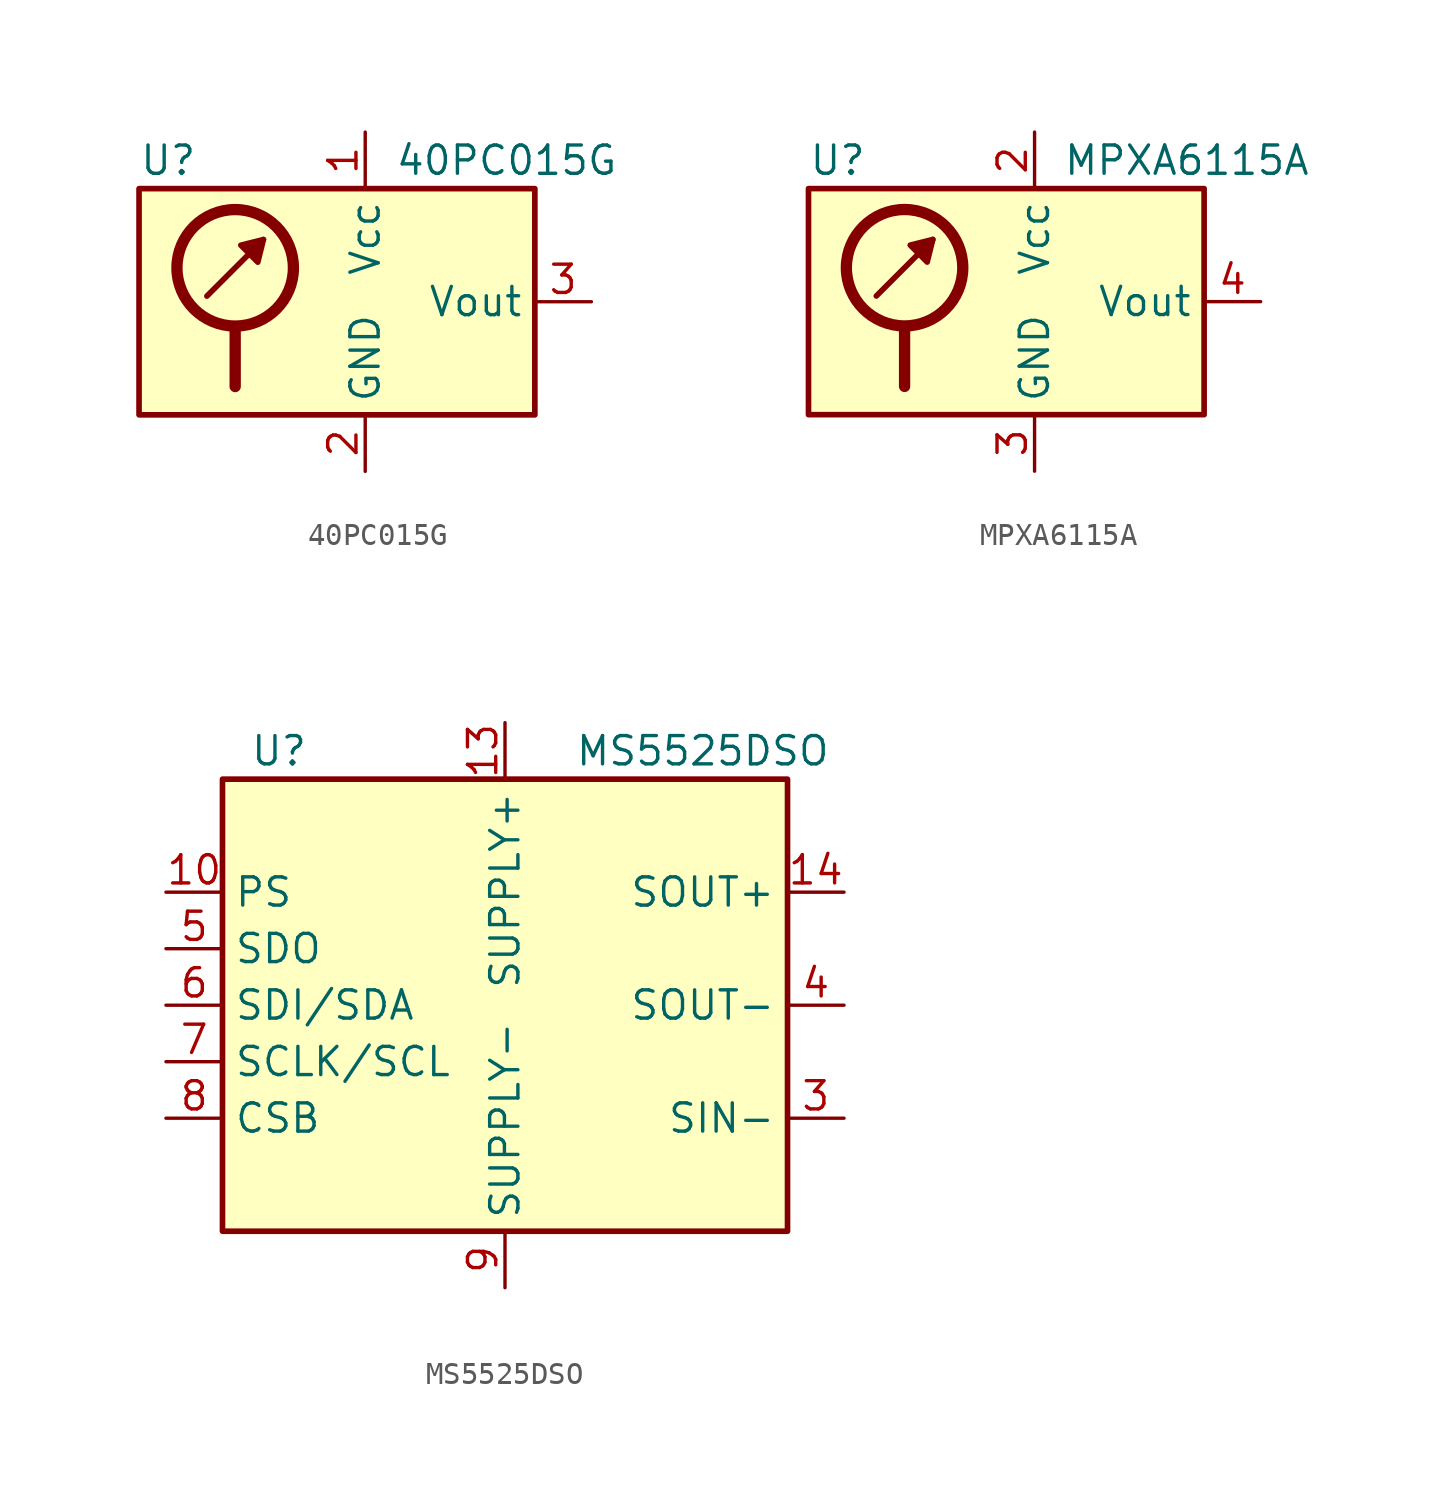
<source format=kicad_sym>
(kicad_symbol_lib
  (version 20200908)
  (generator kicad_symbol_editor)
  (symbol "Sensor_Pressure:40PC015G"
    (property "Reference" "U"
      (at -10.16 6.35 0)
      (effects (font (size 1.27 1.27)) (justify left)))
    (property "Value" "40PC015G"
      (at 6.35 6.35 0)
      (effects (font (size 1.27 1.27))))
    (symbol "40PC015G_0_1"
      (circle (center -5.842 1.524) (radius 2.616) (stroke (width 0.508)) (fill (type none)))
      (rectangle (start 7.62 5.08) (end -10.16 -5.08) (stroke (width 0.254)) (fill (type background)))
      (polyline (pts (xy -7.112 0.254) (xy -4.572 2.794)) (stroke (width 0.254)) (fill (type none)))
      (polyline (pts (xy -5.842 -1.27) (xy -5.842 -3.81)) (stroke (width 0.508)) (fill (type none)))
      (polyline (pts (xy -4.572 2.794) (xy -4.826 1.778) (xy -5.588 2.54) (xy -4.572 2.794)) (stroke (width 0.254)) (fill (type outline))))
    (symbol "40PC015G_1_1"
      (pin power_in line (at 0 7.62 270) (length 2.54) (name "Vcc" (effects (font (size 1.27 1.27)))) (number "1" (effects (font (size 1.27 1.27)))))
      (pin power_in line (at 0 -7.62 90) (length 2.54) (name "GND" (effects (font (size 1.27 1.27)))) (number "2" (effects (font (size 1.27 1.27)))))
      (pin output line (at 10.16 0 180) (length 2.54) (name "Vout" (effects (font (size 1.27 1.27)))) (number "3" (effects (font (size 1.27 1.27)))))
      (pin unconnected line (at -7.62 -5.08 90) (length 2.54) hide (name "NC" (effects (font (size 1.27 1.27)))) (number "4" (effects (font (size 1.27 1.27)))))
      (pin unconnected line (at -5.08 -5.08 90) (length 2.54) hide (name "NC" (effects (font (size 1.27 1.27)))) (number "5" (effects (font (size 1.27 1.27)))))
      (pin unconnected line (at -2.54 -5.08 90) (length 2.54) hide (name "NC" (effects (font (size 1.27 1.27)))) (number "6" (effects (font (size 1.27 1.27)))))))
  (symbol "Sensor_Pressure:MPXA6115A"
    (property "Reference" "U"
      (at -10.16 6.35 0)
      (effects (font (size 1.27 1.27)) (justify left)))
    (property "Value" "MPXA6115A"
      (at 1.27 6.35 0)
      (effects (font (size 1.27 1.27)) (justify left)))
    (symbol "MPXA6115A_0_1"
      (circle (center -5.842 1.524) (radius 2.616) (stroke (width 0.508)) (fill (type none)))
      (rectangle (start 7.62 5.08) (end -10.16 -5.08) (stroke (width 0.254)) (fill (type background)))
      (polyline (pts (xy -7.112 0.254) (xy -4.572 2.794)) (stroke (width 0.254)) (fill (type none)))
      (polyline (pts (xy -5.842 -1.27) (xy -5.842 -3.81)) (stroke (width 0.508)) (fill (type none)))
      (polyline (pts (xy -4.572 2.794) (xy -4.826 1.778) (xy -5.588 2.54) (xy -4.572 2.794)) (stroke (width 0.254)) (fill (type outline))))
    (symbol "MPXA6115A_1_1"
      (pin unconnected line (at 5.08 -5.08 90) (length 2.54) hide (name "NC" (effects (font (size 1.27 1.27)))) (number "1" (effects (font (size 1.27 1.27)))))
      (pin power_in line (at 0 7.62 270) (length 2.54) (name "Vcc" (effects (font (size 1.27 1.27)))) (number "2" (effects (font (size 1.27 1.27)))))
      (pin power_in line (at 0 -7.62 90) (length 2.54) (name "GND" (effects (font (size 1.27 1.27)))) (number "3" (effects (font (size 1.27 1.27)))))
      (pin output line (at 10.16 0 180) (length 2.54) (name "Vout" (effects (font (size 1.27 1.27)))) (number "4" (effects (font (size 1.27 1.27)))))
      (pin unconnected line (at -7.62 -5.08 90) (length 2.54) hide (name "NC" (effects (font (size 1.27 1.27)))) (number "5" (effects (font (size 1.27 1.27)))))
      (pin unconnected line (at -5.08 -5.08 90) (length 2.54) hide (name "NC" (effects (font (size 1.27 1.27)))) (number "6" (effects (font (size 1.27 1.27)))))
      (pin unconnected line (at -2.54 -5.08 90) (length 2.54) hide (name "NC" (effects (font (size 1.27 1.27)))) (number "7" (effects (font (size 1.27 1.27)))))
      (pin unconnected line (at 2.54 -5.08 90) (length 2.54) hide (name "NC" (effects (font (size 1.27 1.27)))) (number "8" (effects (font (size 1.27 1.27)))))))
  (symbol "Sensor_Pressure:MS5525DSO"
    (property "Reference" "U"
      (at -10.16 11.43 0)
      (effects (font (size 1.27 1.27))))
    (property "Value" "MS5525DSO"
      (at 8.89 11.43 0)
      (effects (font (size 1.27 1.27))))
    (symbol "MS5525DSO_0_1"
      (rectangle (start -12.7 10.16) (end 12.7 -10.16) (stroke (width 0.254)) (fill (type background))))
    (symbol "MS5525DSO_1_1"
      (pin passive line (at 15.24 -5.08 180) (length 2.54) hide (name "SIN-" (effects (font (size 1.27 1.27)))) (number "1" (effects (font (size 1.27 1.27)))))
      (pin input line (at -15.24 5.08 0) (length 2.54) (name "PS" (effects (font (size 1.27 1.27)))) (number "10" (effects (font (size 1.27 1.27)))))
      (pin passive line (at 0 12.7 270) (length 2.54) hide (name "SUPPLY+" (effects (font (size 1.27 1.27)))) (number "11" (effects (font (size 1.27 1.27)))))
      (pin passive line (at 15.24 5.08 180) (length 2.54) hide (name "SOUT+" (effects (font (size 1.27 1.27)))) (number "12" (effects (font (size 1.27 1.27)))))
      (pin power_in line (at 0 12.7 270) (length 2.54) (name "SUPPLY+" (effects (font (size 1.27 1.27)))) (number "13" (effects (font (size 1.27 1.27)))))
      (pin passive line (at 15.24 5.08 180) (length 2.54) (name "SOUT+" (effects (font (size 1.27 1.27)))) (number "14" (effects (font (size 1.27 1.27)))))
      (pin passive line (at 15.24 0 180) (length 2.54) hide (name "SOUT-" (effects (font (size 1.27 1.27)))) (number "2" (effects (font (size 1.27 1.27)))))
      (pin passive line (at 15.24 -5.08 180) (length 2.54) (name "SIN-" (effects (font (size 1.27 1.27)))) (number "3" (effects (font (size 1.27 1.27)))))
      (pin passive line (at 15.24 0 180) (length 2.54) (name "SOUT-" (effects (font (size 1.27 1.27)))) (number "4" (effects (font (size 1.27 1.27)))))
      (pin output line (at -15.24 2.54 0) (length 2.54) (name "SDO" (effects (font (size 1.27 1.27)))) (number "5" (effects (font (size 1.27 1.27)))))
      (pin input line (at -15.24 0 0) (length 2.54) (name "SDI/SDA" (effects (font (size 1.27 1.27)))) (number "6" (effects (font (size 1.27 1.27)))))
      (pin input line (at -15.24 -2.54 0) (length 2.54) (name "SCLK/SCL" (effects (font (size 1.27 1.27)))) (number "7" (effects (font (size 1.27 1.27)))))
      (pin input line (at -15.24 -5.08 0) (length 2.54) (name "CSB" (effects (font (size 1.27 1.27)))) (number "8" (effects (font (size 1.27 1.27)))))
      (pin power_in line (at 0 -12.7 90) (length 2.54) (name "SUPPLY-" (effects (font (size 1.27 1.27)))) (number "9" (effects (font (size 1.27 1.27))))))))
</source>
